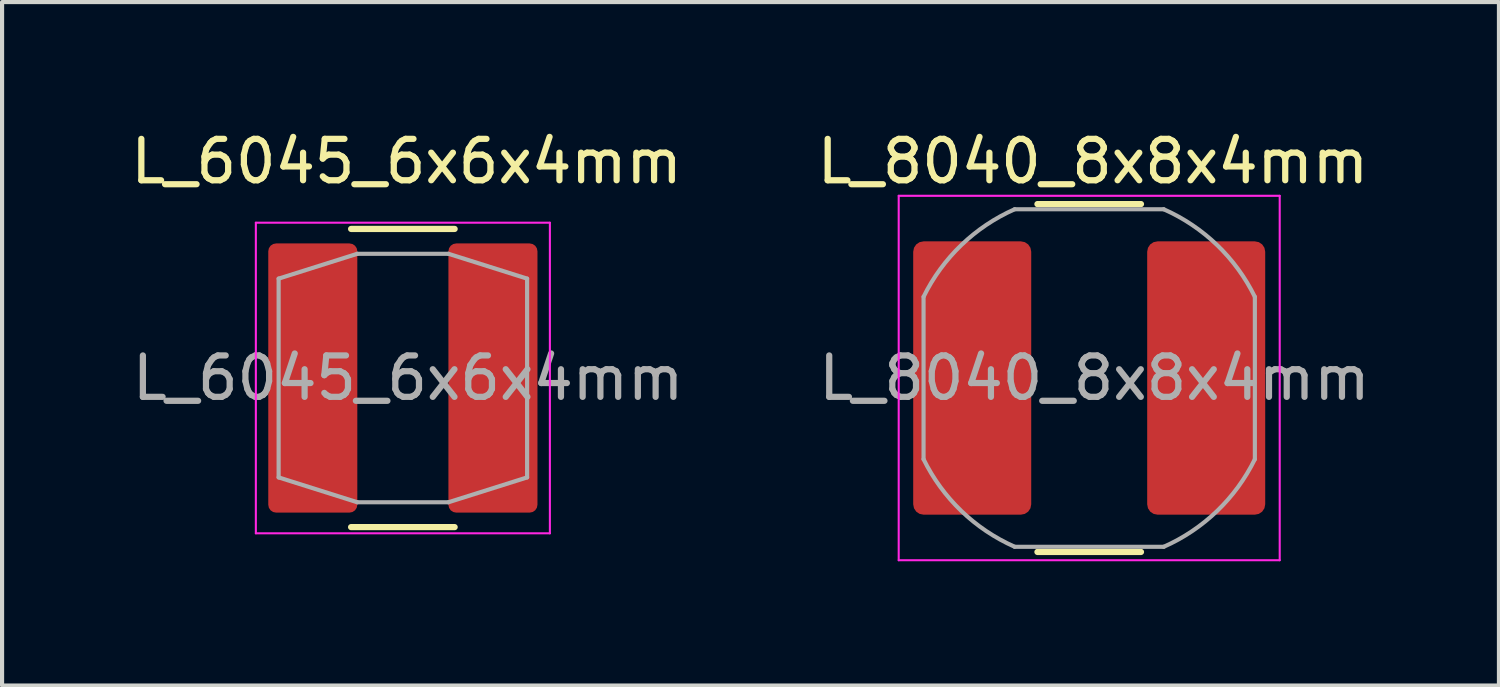
<source format=kicad_pcb>
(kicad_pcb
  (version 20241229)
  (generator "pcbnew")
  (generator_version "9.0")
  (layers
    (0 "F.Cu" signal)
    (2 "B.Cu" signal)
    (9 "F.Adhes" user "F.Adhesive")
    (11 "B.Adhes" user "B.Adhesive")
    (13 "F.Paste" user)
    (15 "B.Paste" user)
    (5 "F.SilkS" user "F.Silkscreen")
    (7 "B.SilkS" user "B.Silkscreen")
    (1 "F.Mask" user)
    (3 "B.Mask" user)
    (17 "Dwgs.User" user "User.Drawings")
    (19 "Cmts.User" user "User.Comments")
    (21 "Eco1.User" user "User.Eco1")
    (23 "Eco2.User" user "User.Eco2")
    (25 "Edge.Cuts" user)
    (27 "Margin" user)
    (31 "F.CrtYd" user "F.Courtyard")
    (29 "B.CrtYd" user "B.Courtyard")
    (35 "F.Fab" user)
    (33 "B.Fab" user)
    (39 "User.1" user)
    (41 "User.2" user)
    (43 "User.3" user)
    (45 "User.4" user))
  (footprint "L_8040_8x8x4mm"
    (layer "F.Cu")
    (at 23.251 6.078)
    (property "Reference" "L_8040_8x8x4mm" (at 0.09 -5.23 0) (layer "F.SilkS") (effects (font (size 1 1) (thickness 0.15))))
    (attr smd)
    (fp_line (start -1.25 4.2) (end 1.25 4.2) (stroke (width 0.15) (type solid)) (layer "F.SilkS"))
    (fp_line (start 1.25 -4.2) (end -1.25 -4.2) (stroke (width 0.15) (type solid)) (layer "F.SilkS"))
    (fp_line (start -4.6 -4.4) (end -4.6 4.4) (stroke (width 0.05) (type solid)) (layer "F.CrtYd"))
    (fp_line (start -4.6 -4.4) (end 4.6 -4.4) (stroke (width 0.05) (type solid)) (layer "F.CrtYd"))
    (fp_line (start -4.6 4.4) (end 4.6 4.4) (stroke (width 0.05) (type solid)) (layer "F.CrtYd"))
    (fp_line (start 4.6 -4.4) (end 4.6 4.4) (stroke (width 0.05) (type solid)) (layer "F.CrtYd"))
    (fp_line (start -4 -1.96) (end -4 1.96) (stroke (width 0.1) (type solid)) (layer "F.Fab"))
    (fp_line (start -1.8 -4.075) (end 1.8 -4.075) (stroke (width 0.1) (type solid)) (layer "F.Fab"))
    (fp_line (start 1.8 4.075) (end -1.8 4.075) (stroke (width 0.1) (type solid)) (layer "F.Fab"))
    (fp_line (start 4 -1.96) (end 4 1.96) (stroke (width 0.1) (type solid)) (layer "F.Fab"))
    (fp_arc (start -3.99824 -1.964613) (mid -3.085179 -3.213611) (end -1.8 -4.075) (stroke (width 0.1) (type solid)) (layer "F.Fab"))
    (fp_arc (start -1.804314 4.072598) (mid -3.088411 3.209878) (end -4 1.96) (stroke (width 0.1) (type solid)) (layer "F.Fab"))
    (fp_arc (start 1.799817 -4.074587) (mid 3.086639 -3.211582) (end 4 -1.96) (stroke (width 0.1) (type solid)) (layer "F.Fab"))
    (fp_arc (start 3.99824 1.964613) (mid 3.085179 3.213611) (end 1.8 4.075) (stroke (width 0.1) (type solid)) (layer "F.Fab"))
    (fp_text user "${REFERENCE}" (at 0.127 0 0) (layer "F.Fab") (effects (font (size 1 1) (thickness 0.15))))
    (pad "1" smd roundrect (at -2.825 0) (size 2.85 6.6) (layers "F.Cu" "F.Mask" "F.Paste") (roundrect_rratio 0.088))
    (pad "2" smd roundrect (at 2.825 0) (size 2.85 6.6) (layers "F.Cu" "F.Mask" "F.Paste") (roundrect_rratio 0.088)))
  (footprint "L_6045_6x6x4mm"
    (layer "F.Cu")
    (at 6.678 6.078)
    (property "Reference" "L_6045_6x6x4mm" (at 0.09 -5.23 0) (layer "F.SilkS") (effects (font (size 1 1) (thickness 0.15))))
    (attr smd)
    (fp_line (start -1.25 3.6) (end 1.25 3.6) (stroke (width 0.15) (type solid)) (layer "F.SilkS"))
    (fp_line (start 1.25 -3.6) (end -1.25 -3.6) (stroke (width 0.15) (type solid)) (layer "F.SilkS"))
    (fp_line (start -3.55 -3.75) (end -3.55 3.75) (stroke (width 0.05) (type solid)) (layer "F.CrtYd"))
    (fp_line (start -3.55 -3.75) (end 3.55 -3.75) (stroke (width 0.05) (type solid)) (layer "F.CrtYd"))
    (fp_line (start -3.55 3.75) (end 3.55 3.75) (stroke (width 0.05) (type solid)) (layer "F.CrtYd"))
    (fp_line (start 3.55 -3.75) (end 3.55 3.75) (stroke (width 0.05) (type solid)) (layer "F.CrtYd"))
    (fp_line (start -3 -2.4) (end -1.1 -3) (stroke (width 0.1) (type default)) (layer "F.Fab"))
    (fp_line (start -3 2.4) (end -3 -2.4) (stroke (width 0.1) (type solid)) (layer "F.Fab"))
    (fp_line (start -1.1 -3) (end 1.1 -3) (stroke (width 0.1) (type solid)) (layer "F.Fab"))
    (fp_line (start -1.1 3) (end -3 2.4) (stroke (width 0.1) (type default)) (layer "F.Fab"))
    (fp_line (start -1.1 3) (end 1.1 3) (stroke (width 0.1) (type solid)) (layer "F.Fab"))
    (fp_line (start 1.1 -3) (end 3 -2.4) (stroke (width 0.1) (type default)) (layer "F.Fab"))
    (fp_line (start 1.1 3) (end 3 2.4) (stroke (width 0.1) (type default)) (layer "F.Fab"))
    (fp_line (start 3 2.4) (end 3 -2.4) (stroke (width 0.1) (type solid)) (layer "F.Fab"))
    (fp_text user "${REFERENCE}" (at 0.127 0 0) (layer "F.Fab") (effects (font (size 1 1) (thickness 0.15))))
    (pad "1" smd roundrect (at -2.175 0) (size 2.15 6.5) (layers "F.Cu" "F.Mask" "F.Paste") (roundrect_rratio 0.088))
    (pad "2" smd roundrect (at 2.175 0) (size 2.15 6.5) (layers "F.Cu" "F.Mask" "F.Paste") (roundrect_rratio 0.088)))
  (gr_rect
    (start -3 -3)
    (end 33.145 13.503)
    (stroke (width 0.1) (type default))
    (fill no)
    (layer "Edge.Cuts")))
</source>
